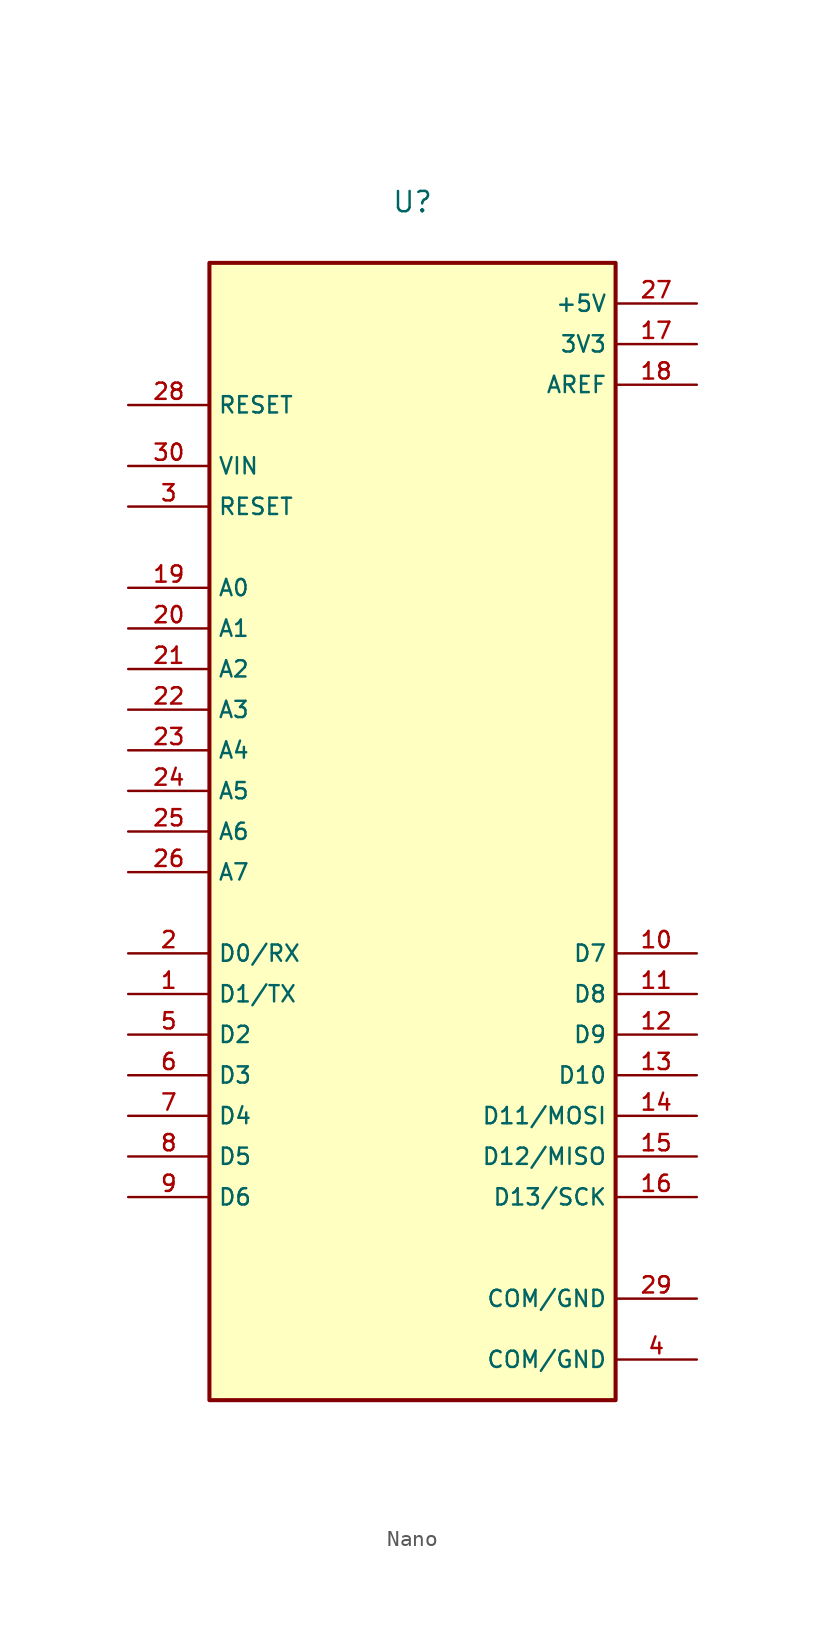
<source format=kicad_sym>
(kicad_symbol_lib
  (version 20231120)
  (generator "kicad_symbol_editor")
  (generator_version "8.0")
  (symbol "Nano"
    (property "Reference" "U"
      (at 0 0 0)
      (effects (font (size 1.27 1.27))))
    (property "Value" ""
      (at 0 0 0)
      (effects (font (size 1.27 1.27))))
    (symbol "Nano_0_0"
      (rectangle (start -12.7 -3.81) (end 12.7 -74.93) (stroke (width 0.254) (type default)) (fill (type background)))
      (pin bidirectional line (at -17.78 -49.53 0) (length 5.08) (name "D1/TX" (effects (font (size 1.016 1.016)))) (number "1" (effects (font (size 1.016 1.016)))))
      (pin bidirectional line (at 17.78 -46.99 180) (length 5.08) (name "D7" (effects (font (size 1.016 1.016)))) (number "10" (effects (font (size 1.016 1.016)))))
      (pin bidirectional line (at 17.78 -49.53 180) (length 5.08) (name "D8" (effects (font (size 1.016 1.016)))) (number "11" (effects (font (size 1.016 1.016)))))
      (pin bidirectional line (at 17.78 -52.07 180) (length 5.08) (name "D9" (effects (font (size 1.016 1.016)))) (number "12" (effects (font (size 1.016 1.016)))))
      (pin bidirectional line (at 17.78 -54.61 180) (length 5.08) (name "D10" (effects (font (size 1.016 1.016)))) (number "13" (effects (font (size 1.016 1.016)))))
      (pin bidirectional line (at 17.78 -57.15 180) (length 5.08) (name "D11/MOSI" (effects (font (size 1.016 1.016)))) (number "14" (effects (font (size 1.016 1.016)))))
      (pin bidirectional line (at 17.78 -59.69 180) (length 5.08) (name "D12/MISO" (effects (font (size 1.016 1.016)))) (number "15" (effects (font (size 1.016 1.016)))))
      (pin bidirectional line (at 17.78 -62.23 180) (length 5.08) (name "D13/SCK" (effects (font (size 1.016 1.016)))) (number "16" (effects (font (size 1.016 1.016)))))
      (pin power_in line (at 17.78 -8.89 180) (length 5.08) (name "3V3" (effects (font (size 1.016 1.016)))) (number "17" (effects (font (size 1.016 1.016)))))
      (pin power_in line (at 17.78 -11.43 180) (length 5.08) (name "AREF" (effects (font (size 1.016 1.016)))) (number "18" (effects (font (size 1.016 1.016)))))
      (pin input line (at -17.78 -24.13 0) (length 5.08) (name "A0" (effects (font (size 1.016 1.016)))) (number "19" (effects (font (size 1.016 1.016)))))
      (pin bidirectional line (at -17.78 -46.99 0) (length 5.08) (name "D0/RX" (effects (font (size 1.016 1.016)))) (number "2" (effects (font (size 1.016 1.016)))))
      (pin input line (at -17.78 -26.67 0) (length 5.08) (name "A1" (effects (font (size 1.016 1.016)))) (number "20" (effects (font (size 1.016 1.016)))))
      (pin input line (at -17.78 -29.21 0) (length 5.08) (name "A2" (effects (font (size 1.016 1.016)))) (number "21" (effects (font (size 1.016 1.016)))))
      (pin input line (at -17.78 -31.75 0) (length 5.08) (name "A3" (effects (font (size 1.016 1.016)))) (number "22" (effects (font (size 1.016 1.016)))))
      (pin input line (at -17.78 -34.29 0) (length 5.08) (name "A4" (effects (font (size 1.016 1.016)))) (number "23" (effects (font (size 1.016 1.016)))))
      (pin input line (at -17.78 -36.83 0) (length 5.08) (name "A5" (effects (font (size 1.016 1.016)))) (number "24" (effects (font (size 1.016 1.016)))))
      (pin input line (at -17.78 -39.37 0) (length 5.08) (name "A6" (effects (font (size 1.016 1.016)))) (number "25" (effects (font (size 1.016 1.016)))))
      (pin input line (at -17.78 -41.91 0) (length 5.08) (name "A7" (effects (font (size 1.016 1.016)))) (number "26" (effects (font (size 1.016 1.016)))))
      (pin power_in line (at 17.78 -6.35 180) (length 5.08) (name "+5V" (effects (font (size 1.016 1.016)))) (number "27" (effects (font (size 1.016 1.016)))))
      (pin input line (at -17.78 -12.7 0) (length 5.08) (name "RESET" (effects (font (size 1.016 1.016)))) (number "28" (effects (font (size 1.016 1.016)))))
      (pin power_in line (at 17.78 -68.58 180) (length 5.08) (name "COM/GND" (effects (font (size 1.016 1.016)))) (number "29" (effects (font (size 1.016 1.016)))))
      (pin input line (at -17.78 -19.05 0) (length 5.08) (name "RESET" (effects (font (size 1.016 1.016)))) (number "3" (effects (font (size 1.016 1.016)))))
      (pin input line (at -17.78 -16.51 0) (length 5.08) (name "VIN" (effects (font (size 1.016 1.016)))) (number "30" (effects (font (size 1.016 1.016)))))
      (pin power_in line (at 17.78 -72.39 180) (length 5.08) (name "COM/GND" (effects (font (size 1.016 1.016)))) (number "4" (effects (font (size 1.016 1.016)))))
      (pin bidirectional line (at -17.78 -52.07 0) (length 5.08) (name "D2" (effects (font (size 1.016 1.016)))) (number "5" (effects (font (size 1.016 1.016)))))
      (pin bidirectional line (at -17.78 -54.61 0) (length 5.08) (name "D3" (effects (font (size 1.016 1.016)))) (number "6" (effects (font (size 1.016 1.016)))))
      (pin bidirectional line (at -17.78 -57.15 0) (length 5.08) (name "D4" (effects (font (size 1.016 1.016)))) (number "7" (effects (font (size 1.016 1.016)))))
      (pin bidirectional line (at -17.78 -59.69 0) (length 5.08) (name "D5" (effects (font (size 1.016 1.016)))) (number "8" (effects (font (size 1.016 1.016)))))
      (pin bidirectional line (at -17.78 -62.23 0) (length 5.08) (name "D6" (effects (font (size 1.016 1.016)))) (number "9" (effects (font (size 1.016 1.016))))))))
</source>
